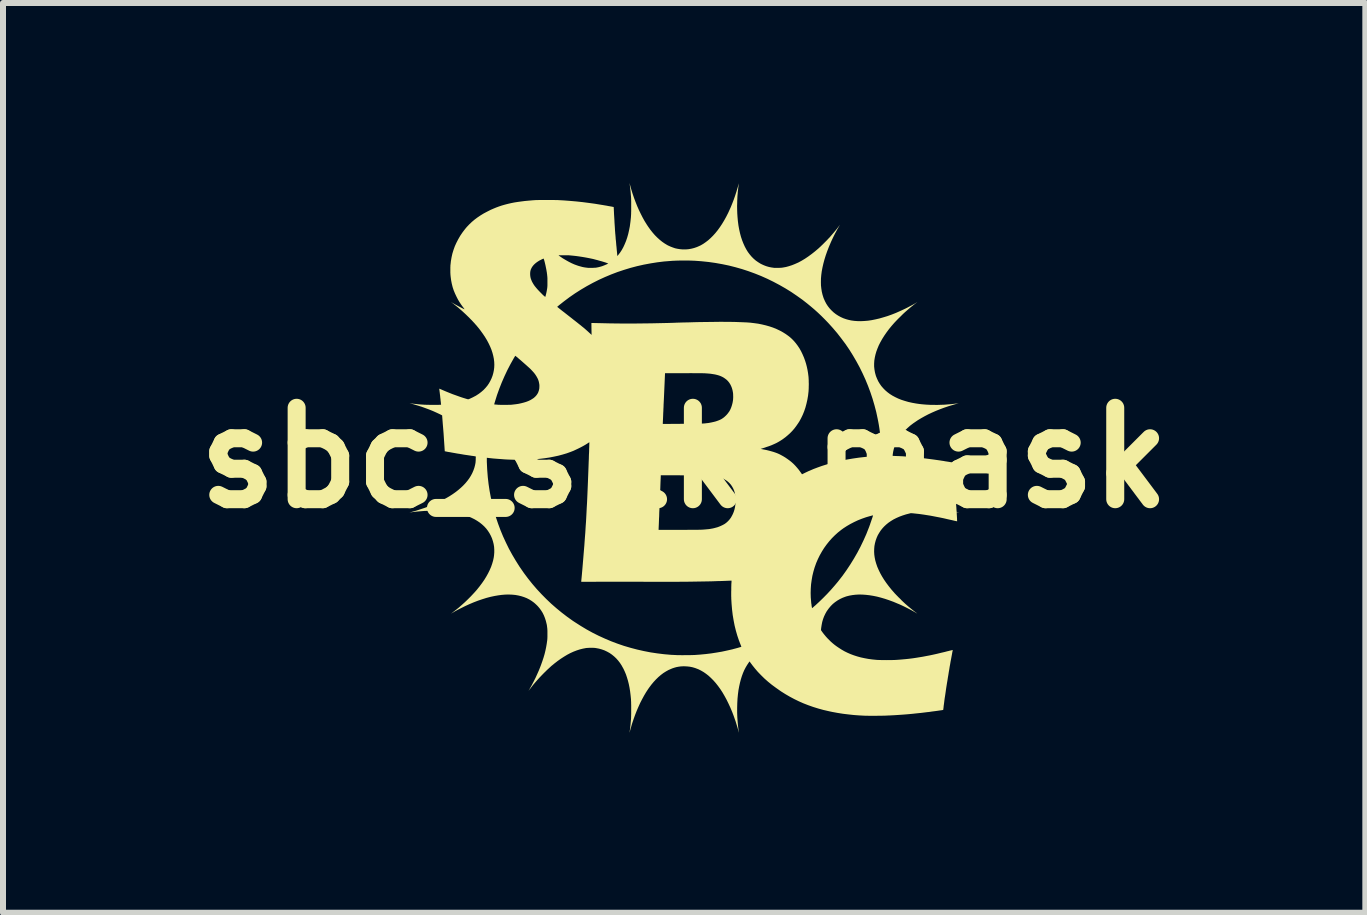
<source format=kicad_pcb>
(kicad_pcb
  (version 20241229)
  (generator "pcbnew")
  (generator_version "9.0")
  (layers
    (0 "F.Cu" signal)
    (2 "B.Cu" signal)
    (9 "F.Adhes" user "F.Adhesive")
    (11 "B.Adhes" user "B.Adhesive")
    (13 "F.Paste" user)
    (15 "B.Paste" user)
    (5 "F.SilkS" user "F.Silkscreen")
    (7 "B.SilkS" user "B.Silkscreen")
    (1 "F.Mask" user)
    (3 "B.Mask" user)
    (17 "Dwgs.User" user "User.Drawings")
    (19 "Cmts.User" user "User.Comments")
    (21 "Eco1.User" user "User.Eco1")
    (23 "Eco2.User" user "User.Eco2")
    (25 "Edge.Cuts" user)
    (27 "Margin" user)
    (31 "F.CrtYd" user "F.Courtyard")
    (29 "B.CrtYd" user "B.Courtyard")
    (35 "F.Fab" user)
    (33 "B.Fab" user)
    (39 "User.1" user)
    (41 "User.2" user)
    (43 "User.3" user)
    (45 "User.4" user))
  (footprint "sbc_silk_mask"
    (layer "F.Cu")
    (at 8.353 4.581)
    (property "Reference" "sbc_silk_mask" (at 0 0 0) (layer "F.SilkS") (effects (font (size 1.524 1.524) (thickness 0.3))))
    (attr board_only exclude_from_pos_files exclude_from_bom)
    (fp_poly (pts (xy -2.594 3.884) (xy -2.595 3.885) (xy -2.596 3.884) (xy -2.595 3.883)) (stroke (width 0) (type solid)) (fill yes) (layer "F.SilkS"))
    (fp_poly (pts (xy -0.91 -4.58) (xy -0.911 -4.579) (xy -0.912 -4.58) (xy -0.911 -4.581)) (stroke (width 0) (type solid)) (fill yes) (layer "F.SilkS"))
    (fp_poly (pts (xy -0.91 4.58) (xy -0.911 4.581) (xy -0.912 4.58) (xy -0.911 4.579)) (stroke (width 0) (type solid)) (fill yes) (layer "F.SilkS"))
    (fp_poly (pts (xy 3.885 -2.595) (xy 3.884 -2.594) (xy 3.883 -2.595) (xy 3.884 -2.596)) (stroke (width 0) (type solid)) (fill yes) (layer "F.SilkS"))
    (fp_poly (pts (xy 3.885 2.595) (xy 3.884 2.596) (xy 3.883 2.595) (xy 3.884 2.594)) (stroke (width 0) (type solid)) (fill yes) (layer "F.SilkS"))
    (fp_poly (pts (xy -4.576 -0.911) (xy -4.576 -0.91) (xy -4.577 -0.91) (xy -4.579 -0.911) (xy -4.579 -0.911) (xy -4.576 -0.911)) (stroke (width 0) (type solid)) (fill yes) (layer "F.SilkS"))
    (fp_poly (pts (xy -4.576 0.911) (xy -4.576 0.912) (xy -4.577 0.912) (xy -4.579 0.911) (xy -4.579 0.911) (xy -4.576 0.91)) (stroke (width 0) (type solid)) (fill yes) (layer "F.SilkS"))
    (fp_poly (pts (xy -0.909 -4.575) (xy -0.908 -4.571) (xy -0.906 -4.564) (xy -0.904 -4.555) (xy -0.903 -4.551) (xy -0.883 -4.479) (xy -0.861 -4.407) (xy -0.837 -4.336) (xy -0.811 -4.266) (xy -0.784 -4.198) (xy -0.755 -4.132) (xy -0.724 -4.068) (xy -0.693 -4.007) (xy -0.661 -3.949) (xy -0.627 -3.894) (xy -0.602 -3.856) (xy -0.565 -3.804) (xy -0.527 -3.756) (xy -0.488 -3.711) (xy -0.448 -3.671) (xy -0.407 -3.634) (xy -0.366 -3.601) (xy -0.324 -3.572) (xy -0.281 -3.546) (xy -0.261 -3.536) (xy -0.223 -3.519) (xy -0.186 -3.505) (xy -0.151 -3.493) (xy -0.114 -3.485) (xy -0.078 -3.479) (xy -0.039 -3.475) (xy -0.017 -3.474) (xy 0.03 -3.474) (xy 0.075 -3.478) (xy 0.12 -3.486) (xy 0.164 -3.497) (xy 0.208 -3.512) (xy 0.23 -3.521) (xy 0.274 -3.541) (xy 0.317 -3.566) (xy 0.359 -3.595) (xy 0.401 -3.627) (xy 0.441 -3.663) (xy 0.481 -3.703) (xy 0.52 -3.746) (xy 0.558 -3.793) (xy 0.595 -3.844) (xy 0.631 -3.898) (xy 0.666 -3.956) (xy 0.7 -4.017) (xy 0.733 -4.082) (xy 0.764 -4.15) (xy 0.778 -4.181) (xy 0.803 -4.243) (xy 0.828 -4.308) (xy 0.851 -4.375) (xy 0.873 -4.443) (xy 0.893 -4.511) (xy 0.903 -4.547) (xy 0.906 -4.557) (xy 0.908 -4.566) (xy 0.91 -4.571) (xy 0.911 -4.574) (xy 0.911 -4.573) (xy 0.906 -4.535) (xy 0.901 -4.5) (xy 0.898 -4.467) (xy 0.894 -4.436) (xy 0.892 -4.406) (xy 0.889 -4.377) (xy 0.887 -4.346) (xy 0.886 -4.315) (xy 0.884 -4.281) (xy 0.884 -4.257) (xy 0.882 -4.197) (xy 0.883 -4.137) (xy 0.885 -4.076) (xy 0.889 -4.016) (xy 0.894 -3.959) (xy 0.896 -3.94) (xy 0.905 -3.871) (xy 0.917 -3.806) (xy 0.931 -3.743) (xy 0.947 -3.683) (xy 0.966 -3.626) (xy 0.987 -3.573) (xy 1.01 -3.522) (xy 1.035 -3.475) (xy 1.062 -3.431) (xy 1.092 -3.391) (xy 1.124 -3.353) (xy 1.158 -3.319) (xy 1.194 -3.288) (xy 1.233 -3.261) (xy 1.273 -3.236) (xy 1.293 -3.226) (xy 1.319 -3.214) (xy 1.343 -3.204) (xy 1.367 -3.195) (xy 1.39 -3.188) (xy 1.415 -3.181) (xy 1.435 -3.177) (xy 1.456 -3.173) (xy 1.477 -3.17) (xy 1.497 -3.167) (xy 1.519 -3.166) (xy 1.543 -3.166) (xy 1.567 -3.166) (xy 1.59 -3.167) (xy 1.61 -3.168) (xy 1.628 -3.169) (xy 1.646 -3.172) (xy 1.664 -3.175) (xy 1.684 -3.179) (xy 1.693 -3.18) (xy 1.744 -3.194) (xy 1.797 -3.211) (xy 1.849 -3.232) (xy 1.903 -3.256) (xy 1.957 -3.285) (xy 2.012 -3.318) (xy 2.067 -3.355) (xy 2.123 -3.396) (xy 2.179 -3.44) (xy 2.237 -3.489) (xy 2.251 -3.502) (xy 2.262 -3.512) (xy 2.276 -3.525) (xy 2.291 -3.54) (xy 2.308 -3.556) (xy 2.325 -3.573) (xy 2.343 -3.591) (xy 2.361 -3.609) (xy 2.378 -3.626) (xy 2.393 -3.642) (xy 2.407 -3.657) (xy 2.419 -3.669) (xy 2.423 -3.673) (xy 2.448 -3.702) (xy 2.473 -3.731) (xy 2.498 -3.76) (xy 2.522 -3.789) (xy 2.545 -3.817) (xy 2.565 -3.843) (xy 2.576 -3.858) (xy 2.583 -3.867) (xy 2.588 -3.874) (xy 2.592 -3.88) (xy 2.595 -3.883) (xy 2.595 -3.883) (xy 2.595 -3.884) (xy 2.595 -3.883) (xy 2.594 -3.881) (xy 2.592 -3.878) (xy 2.589 -3.872) (xy 2.585 -3.865) (xy 2.579 -3.855) (xy 2.571 -3.842) (xy 2.57 -3.838) (xy 2.552 -3.808) (xy 2.534 -3.774) (xy 2.515 -3.739) (xy 2.496 -3.702) (xy 2.478 -3.665) (xy 2.461 -3.629) (xy 2.445 -3.594) (xy 2.443 -3.589) (xy 2.412 -3.516) (xy 2.384 -3.444) (xy 2.359 -3.373) (xy 2.338 -3.305) (xy 2.32 -3.238) (xy 2.305 -3.172) (xy 2.293 -3.109) (xy 2.285 -3.047) (xy 2.28 -2.988) (xy 2.279 -2.93) (xy 2.28 -2.874) (xy 2.286 -2.82) (xy 2.294 -2.769) (xy 2.306 -2.719) (xy 2.321 -2.671) (xy 2.327 -2.655) (xy 2.347 -2.61) (xy 2.369 -2.568) (xy 2.395 -2.528) (xy 2.424 -2.491) (xy 2.456 -2.457) (xy 2.49 -2.425) (xy 2.527 -2.396) (xy 2.567 -2.37) (xy 2.609 -2.347) (xy 2.653 -2.327) (xy 2.699 -2.311) (xy 2.735 -2.301) (xy 2.784 -2.29) (xy 2.836 -2.283) (xy 2.89 -2.279) (xy 2.946 -2.278) (xy 3.004 -2.281) (xy 3.064 -2.286) (xy 3.125 -2.295) (xy 3.189 -2.308) (xy 3.254 -2.323) (xy 3.32 -2.342) (xy 3.389 -2.363) (xy 3.459 -2.388) (xy 3.53 -2.416) (xy 3.602 -2.448) (xy 3.624 -2.458) (xy 3.654 -2.472) (xy 3.686 -2.487) (xy 3.718 -2.503) (xy 3.75 -2.52) (xy 3.782 -2.537) (xy 3.812 -2.553) (xy 3.841 -2.569) (xy 3.866 -2.585) (xy 3.877 -2.591) (xy 3.881 -2.593) (xy 3.881 -2.593) (xy 3.878 -2.59) (xy 3.871 -2.585) (xy 3.862 -2.578) (xy 3.852 -2.571) (xy 3.814 -2.541) (xy 3.774 -2.509) (xy 3.733 -2.474) (xy 3.691 -2.437) (xy 3.68 -2.428) (xy 3.667 -2.415) (xy 3.651 -2.401) (xy 3.634 -2.384) (xy 3.616 -2.366) (xy 3.597 -2.347) (xy 3.578 -2.329) (xy 3.559 -2.31) (xy 3.542 -2.292) (xy 3.526 -2.276) (xy 3.513 -2.261) (xy 3.508 -2.257) (xy 3.459 -2.201) (xy 3.414 -2.146) (xy 3.373 -2.091) (xy 3.335 -2.036) (xy 3.301 -1.982) (xy 3.271 -1.929) (xy 3.244 -1.876) (xy 3.222 -1.823) (xy 3.203 -1.772) (xy 3.188 -1.72) (xy 3.177 -1.67) (xy 3.169 -1.62) (xy 3.166 -1.571) (xy 3.166 -1.523) (xy 3.171 -1.476) (xy 3.179 -1.429) (xy 3.183 -1.412) (xy 3.196 -1.365) (xy 3.214 -1.32) (xy 3.234 -1.277) (xy 3.258 -1.237) (xy 3.285 -1.198) (xy 3.316 -1.162) (xy 3.35 -1.127) (xy 3.387 -1.095) (xy 3.427 -1.065) (xy 3.471 -1.037) (xy 3.518 -1.012) (xy 3.568 -0.988) (xy 3.621 -0.967) (xy 3.677 -0.949) (xy 3.736 -0.932) (xy 3.798 -0.918) (xy 3.864 -0.906) (xy 3.891 -0.902) (xy 3.927 -0.897) (xy 3.963 -0.893) (xy 3.998 -0.89) (xy 4.034 -0.887) (xy 4.071 -0.885) (xy 4.111 -0.883) (xy 4.153 -0.883) (xy 4.214 -0.882) (xy 4.276 -0.884) (xy 4.338 -0.886) (xy 4.4 -0.891) (xy 4.461 -0.896) (xy 4.519 -0.903) (xy 4.575 -0.91) (xy 4.577 -0.911) (xy 4.578 -0.911) (xy 4.575 -0.91) (xy 4.569 -0.908) (xy 4.561 -0.906) (xy 4.553 -0.904) (xy 4.48 -0.883) (xy 4.407 -0.861) (xy 4.336 -0.837) (xy 4.266 -0.811) (xy 4.198 -0.784) (xy 4.132 -0.755) (xy 4.068 -0.725) (xy 4.007 -0.693) (xy 3.95 -0.661) (xy 3.895 -0.628) (xy 3.87 -0.611) (xy 3.816 -0.574) (xy 3.766 -0.536) (xy 3.721 -0.496) (xy 3.679 -0.456) (xy 3.641 -0.416) (xy 3.607 -0.374) (xy 3.577 -0.331) (xy 3.55 -0.288) (xy 3.528 -0.244) (xy 3.509 -0.199) (xy 3.495 -0.153) (xy 3.484 -0.106) (xy 3.479 -0.073) (xy 3.477 -0.063) (xy 3.476 -0.053) (xy 3.476 -0.045) (xy 3.475 -0.041) (xy 3.475 -0.033) (xy 3.521 -0.031) (xy 3.58 -0.029) (xy 3.643 -0.026) (xy 3.709 -0.021) (xy 3.777 -0.015) (xy 3.848 -0.009) (xy 3.922 -0.001) (xy 3.996 0.007) (xy 4.073 0.017) (xy 4.15 0.027) (xy 4.228 0.038) (xy 4.263 0.043) (xy 4.277 0.045) (xy 4.293 0.048) (xy 4.31 0.05) (xy 4.329 0.053) (xy 4.348 0.057) (xy 4.368 0.06) (xy 4.388 0.063) (xy 4.408 0.066) (xy 4.426 0.069) (xy 4.444 0.072) (xy 4.46 0.075) (xy 4.475 0.077) (xy 4.486 0.079) (xy 4.496 0.081) (xy 4.502 0.082) (xy 4.504 0.083) (xy 4.504 0.083) (xy 4.505 0.085) (xy 4.505 0.09) (xy 4.505 0.099) (xy 4.505 0.111) (xy 4.506 0.126) (xy 4.506 0.143) (xy 4.507 0.163) (xy 4.507 0.184) (xy 4.508 0.206) (xy 4.508 0.224) (xy 4.509 0.263) (xy 4.51 0.298) (xy 4.511 0.331) (xy 4.512 0.362) (xy 4.513 0.392) (xy 4.514 0.422) (xy 4.515 0.452) (xy 4.517 0.483) (xy 4.518 0.517) (xy 4.52 0.552) (xy 4.521 0.572) (xy 4.523 0.597) (xy 4.524 0.623) (xy 4.526 0.649) (xy 4.527 0.676) (xy 4.529 0.702) (xy 4.53 0.728) (xy 4.532 0.754) (xy 4.533 0.778) (xy 4.534 0.8) (xy 4.536 0.821) (xy 4.537 0.84) (xy 4.538 0.857) (xy 4.539 0.87) (xy 4.54 0.881) (xy 4.54 0.888) (xy 4.541 0.892) (xy 4.542 0.901) (xy 4.563 0.906) (xy 4.573 0.909) (xy 4.579 0.91) (xy 4.582 0.911) (xy 4.58 0.911) (xy 4.574 0.911) (xy 4.565 0.909) (xy 4.562 0.909) (xy 4.554 0.908) (xy 4.547 0.907) (xy 4.543 0.906) (xy 4.542 0.906) (xy 4.542 0.909) (xy 4.542 0.914) (xy 4.543 0.923) (xy 4.543 0.934) (xy 4.544 0.948) (xy 4.545 0.963) (xy 4.546 0.98) (xy 4.546 0.982) (xy 4.547 0.999) (xy 4.548 1.014) (xy 4.548 1.028) (xy 4.549 1.04) (xy 4.549 1.049) (xy 4.549 1.055) (xy 4.549 1.057) (xy 4.549 1.057) (xy 4.547 1.057) (xy 4.541 1.056) (xy 4.532 1.054) (xy 4.521 1.052) (xy 4.507 1.049) (xy 4.491 1.045) (xy 4.474 1.041) (xy 4.461 1.038) (xy 4.393 1.023) (xy 4.329 1.008) (xy 4.267 0.995) (xy 4.209 0.984) (xy 4.153 0.973) (xy 4.1 0.963) (xy 4.048 0.955) (xy 3.998 0.947) (xy 3.95 0.94) (xy 3.903 0.934) (xy 3.856 0.929) (xy 3.81 0.924) (xy 3.806 0.924) (xy 3.795 0.923) (xy 3.787 0.922) (xy 3.781 0.922) (xy 3.774 0.923) (xy 3.767 0.924) (xy 3.758 0.927) (xy 3.757 0.927) (xy 3.698 0.942) (xy 3.642 0.96) (xy 3.588 0.98) (xy 3.538 1.002) (xy 3.49 1.026) (xy 3.446 1.053) (xy 3.405 1.081) (xy 3.367 1.112) (xy 3.333 1.144) (xy 3.308 1.171) (xy 3.277 1.209) (xy 3.251 1.249) (xy 3.227 1.29) (xy 3.208 1.333) (xy 3.192 1.378) (xy 3.18 1.423) (xy 3.171 1.47) (xy 3.167 1.518) (xy 3.166 1.566) (xy 3.169 1.615) (xy 3.175 1.658) (xy 3.185 1.709) (xy 3.2 1.761) (xy 3.218 1.814) (xy 3.241 1.867) (xy 3.267 1.921) (xy 3.297 1.975) (xy 3.331 2.03) (xy 3.369 2.085) (xy 3.411 2.141) (xy 3.456 2.197) (xy 3.506 2.254) (xy 3.508 2.257) (xy 3.521 2.27) (xy 3.536 2.286) (xy 3.553 2.303) (xy 3.571 2.322) (xy 3.59 2.34) (xy 3.609 2.359) (xy 3.627 2.378) (xy 3.645 2.395) (xy 3.661 2.41) (xy 3.676 2.424) (xy 3.68 2.428) (xy 3.734 2.475) (xy 3.786 2.518) (xy 3.836 2.558) (xy 3.852 2.57) (xy 3.864 2.579) (xy 3.873 2.586) (xy 3.878 2.59) (xy 3.881 2.593) (xy 3.88 2.593) (xy 3.877 2.591) (xy 3.871 2.588) (xy 3.862 2.582) (xy 3.86 2.581) (xy 3.826 2.561) (xy 3.79 2.541) (xy 3.75 2.52) (xy 3.709 2.499) (xy 3.667 2.478) (xy 3.625 2.458) (xy 3.583 2.439) (xy 3.558 2.429) (xy 3.487 2.399) (xy 3.416 2.373) (xy 3.348 2.35) (xy 3.28 2.33) (xy 3.215 2.313) (xy 3.151 2.3) (xy 3.089 2.29) (xy 3.028 2.283) (xy 2.97 2.279) (xy 2.913 2.278) (xy 2.858 2.281) (xy 2.806 2.287) (xy 2.755 2.296) (xy 2.707 2.308) (xy 2.686 2.315) (xy 2.639 2.333) (xy 2.595 2.354) (xy 2.554 2.378) (xy 2.515 2.405) (xy 2.478 2.435) (xy 2.444 2.469) (xy 2.413 2.506) (xy 2.403 2.519) (xy 2.376 2.557) (xy 2.353 2.598) (xy 2.332 2.642) (xy 2.315 2.687) (xy 2.301 2.735) (xy 2.291 2.786) (xy 2.283 2.838) (xy 2.282 2.851) (xy 2.28 2.871) (xy 2.293 2.89) (xy 2.313 2.918) (xy 2.336 2.947) (xy 2.361 2.977) (xy 2.388 3.007) (xy 2.414 3.033) (xy 2.445 3.064) (xy 2.477 3.092) (xy 2.509 3.118) (xy 2.543 3.143) (xy 2.574 3.164) (xy 2.622 3.195) (xy 2.672 3.224) (xy 2.723 3.249) (xy 2.776 3.272) (xy 2.83 3.292) (xy 2.886 3.31) (xy 2.944 3.326) (xy 3.005 3.339) (xy 3.069 3.351) (xy 3.135 3.36) (xy 3.205 3.367) (xy 3.22 3.368) (xy 3.231 3.368) (xy 3.245 3.369) (xy 3.263 3.369) (xy 3.282 3.37) (xy 3.304 3.37) (xy 3.327 3.37) (xy 3.351 3.37) (xy 3.376 3.371) (xy 3.401 3.37) (xy 3.425 3.37) (xy 3.448 3.37) (xy 3.47 3.37) (xy 3.489 3.369) (xy 3.506 3.369) (xy 3.521 3.368) (xy 3.527 3.368) (xy 3.586 3.364) (xy 3.643 3.359) (xy 3.699 3.354) (xy 3.754 3.348) (xy 3.809 3.341) (xy 3.863 3.333) (xy 3.918 3.324) (xy 3.974 3.315) (xy 4.031 3.304) (xy 4.09 3.293) (xy 4.151 3.28) (xy 4.214 3.266) (xy 4.279 3.25) (xy 4.348 3.234) (xy 4.385 3.224) (xy 4.404 3.22) (xy 4.421 3.215) (xy 4.436 3.212) (xy 4.45 3.208) (xy 4.461 3.206) (xy 4.469 3.204) (xy 4.475 3.202) (xy 4.476 3.202) (xy 4.476 3.204) (xy 4.475 3.209) (xy 4.474 3.218) (xy 4.472 3.228) (xy 4.469 3.24) (xy 4.468 3.247) (xy 4.462 3.281) (xy 4.455 3.318) (xy 4.448 3.356) (xy 4.44 3.397) (xy 4.433 3.439) (xy 4.425 3.482) (xy 4.418 3.527) (xy 4.41 3.572) (xy 4.403 3.618) (xy 4.395 3.664) (xy 4.388 3.71) (xy 4.38 3.756) (xy 4.373 3.801) (xy 4.366 3.845) (xy 4.36 3.888) (xy 4.354 3.93) (xy 4.348 3.97) (xy 4.342 4.008) (xy 4.337 4.044) (xy 4.333 4.078) (xy 4.329 4.108) (xy 4.325 4.136) (xy 4.323 4.16) (xy 4.32 4.181) (xy 4.32 4.184) (xy 4.319 4.191) (xy 4.318 4.197) (xy 4.317 4.201) (xy 4.317 4.201) (xy 4.314 4.202) (xy 4.308 4.203) (xy 4.298 4.205) (xy 4.286 4.207) (xy 4.271 4.209) (xy 4.254 4.211) (xy 4.235 4.214) (xy 4.214 4.217) (xy 4.192 4.22) (xy 4.169 4.223) (xy 4.145 4.226) (xy 4.122 4.229) (xy 4.098 4.233) (xy 4.075 4.236) (xy 4.053 4.238) (xy 4.037 4.24) (xy 3.957 4.25) (xy 3.879 4.258) (xy 3.804 4.266) (xy 3.73 4.273) (xy 3.656 4.279) (xy 3.583 4.284) (xy 3.508 4.289) (xy 3.431 4.293) (xy 3.38 4.295) (xy 3.364 4.296) (xy 3.343 4.297) (xy 3.32 4.297) (xy 3.295 4.298) (xy 3.268 4.298) (xy 3.24 4.298) (xy 3.211 4.299) (xy 3.182 4.299) (xy 3.153 4.299) (xy 3.126 4.299) (xy 3.099 4.299) (xy 3.075 4.299) (xy 3.053 4.298) (xy 3.033 4.298) (xy 3.018 4.298) (xy 3.018 4.298) (xy 2.92 4.293) (xy 2.826 4.286) (xy 2.734 4.276) (xy 2.644 4.265) (xy 2.556 4.251) (xy 2.469 4.235) (xy 2.413 4.223) (xy 2.322 4.202) (xy 2.235 4.178) (xy 2.151 4.152) (xy 2.069 4.123) (xy 1.989 4.092) (xy 1.912 4.058) (xy 1.836 4.021) (xy 1.761 3.981) (xy 1.687 3.938) (xy 1.614 3.892) (xy 1.601 3.883) (xy 1.53 3.833) (xy 1.462 3.783) (xy 1.398 3.731) (xy 1.338 3.678) (xy 1.282 3.623) (xy 1.228 3.567) (xy 1.179 3.51) (xy 1.132 3.451) (xy 1.131 3.449) (xy 1.123 3.438) (xy 1.115 3.428) (xy 1.108 3.418) (xy 1.102 3.41) (xy 1.098 3.405) (xy 1.098 3.404) (xy 1.09 3.393) (xy 1.076 3.412) (xy 1.05 3.451) (xy 1.025 3.493) (xy 1.001 3.539) (xy 0.98 3.588) (xy 0.961 3.64) (xy 0.944 3.695) (xy 0.929 3.753) (xy 0.916 3.813) (xy 0.905 3.873) (xy 0.896 3.943) (xy 0.889 4.016) (xy 0.885 4.091) (xy 0.883 4.168) (xy 0.883 4.246) (xy 0.886 4.326) (xy 0.892 4.407) (xy 0.896 4.452) (xy 0.897 4.466) (xy 0.899 4.481) (xy 0.901 4.497) (xy 0.903 4.513) (xy 0.905 4.529) (xy 0.907 4.544) (xy 0.909 4.557) (xy 0.91 4.567) (xy 0.911 4.573) (xy 0.912 4.578) (xy 0.912 4.58) (xy 0.911 4.578) (xy 0.91 4.574) (xy 0.908 4.567) (xy 0.906 4.56) (xy 0.899 4.531) (xy 0.89 4.5) (xy 0.88 4.466) (xy 0.869 4.431) (xy 0.858 4.394) (xy 0.845 4.357) (xy 0.832 4.32) (xy 0.819 4.284) (xy 0.806 4.25) (xy 0.799 4.232) (xy 0.769 4.161) (xy 0.737 4.092) (xy 0.705 4.027) (xy 0.671 3.965) (xy 0.637 3.907) (xy 0.601 3.852) (xy 0.564 3.801) (xy 0.526 3.753) (xy 0.487 3.709) (xy 0.447 3.669) (xy 0.407 3.632) (xy 0.365 3.599) (xy 0.323 3.57) (xy 0.28 3.545) (xy 0.236 3.523) (xy 0.228 3.52) (xy 0.183 3.503) (xy 0.139 3.49) (xy 0.094 3.481) (xy 0.048 3.476) (xy 0.001 3.474) (xy -0.017 3.474) (xy -0.056 3.476) (xy -0.094 3.481) (xy -0.13 3.488) (xy -0.166 3.498) (xy -0.201 3.51) (xy -0.238 3.526) (xy -0.261 3.536) (xy -0.304 3.56) (xy -0.347 3.587) (xy -0.389 3.619) (xy -0.43 3.654) (xy -0.47 3.693) (xy -0.509 3.735) (xy -0.548 3.782) (xy -0.586 3.833) (xy -0.602 3.856) (xy -0.636 3.908) (xy -0.669 3.964) (xy -0.701 4.023) (xy -0.733 4.085) (xy -0.762 4.149) (xy -0.791 4.216) (xy -0.818 4.285) (xy -0.843 4.355) (xy -0.867 4.426) (xy -0.888 4.498) (xy -0.903 4.551) (xy -0.905 4.561) (xy -0.907 4.568) (xy -0.909 4.574) (xy -0.91 4.576) (xy -0.91 4.576) (xy -0.91 4.573) (xy -0.909 4.567) (xy -0.908 4.559) (xy -0.906 4.549) (xy -0.906 4.547) (xy -0.902 4.517) (xy -0.898 4.484) (xy -0.894 4.449) (xy -0.891 4.41) (xy -0.887 4.367) (xy -0.885 4.342) (xy -0.885 4.329) (xy -0.884 4.312) (xy -0.884 4.293) (xy -0.883 4.271) (xy -0.883 4.247) (xy -0.883 4.222) (xy -0.883 4.197) (xy -0.883 4.17) (xy -0.883 4.145) (xy -0.883 4.12) (xy -0.884 4.096) (xy -0.884 4.074) (xy -0.885 4.055) (xy -0.886 4.039) (xy -0.886 4.026) (xy -0.886 4.025) (xy -0.893 3.956) (xy -0.901 3.891) (xy -0.911 3.829) (xy -0.923 3.77) (xy -0.937 3.714) (xy -0.953 3.661) (xy -0.97 3.61) (xy -0.99 3.562) (xy -1.011 3.517) (xy -1.035 3.474) (xy -1.042 3.461) (xy -1.07 3.418) (xy -1.1 3.379) (xy -1.133 3.342) (xy -1.168 3.309) (xy -1.205 3.279) (xy -1.244 3.252) (xy -1.286 3.229) (xy -1.328 3.209) (xy -1.373 3.193) (xy -1.419 3.18) (xy -1.467 3.171) (xy -1.487 3.168) (xy -1.501 3.167) (xy -1.517 3.166) (xy -1.536 3.166) (xy -1.556 3.166) (xy -1.576 3.166) (xy -1.595 3.167) (xy -1.613 3.168) (xy -1.628 3.169) (xy -1.636 3.17) (xy -1.688 3.18) (xy -1.74 3.193) (xy -1.792 3.21) (xy -1.844 3.23) (xy -1.897 3.254) (xy -1.95 3.282) (xy -2.003 3.314) (xy -2.057 3.349) (xy -2.109 3.386) (xy -2.136 3.407) (xy -2.162 3.427) (xy -2.186 3.447) (xy -2.211 3.467) (xy -2.235 3.489) (xy -2.26 3.512) (xy -2.286 3.536) (xy -2.313 3.563) (xy -2.335 3.584) (xy -2.376 3.626) (xy -2.414 3.666) (xy -2.45 3.706) (xy -2.484 3.745) (xy -2.517 3.784) (xy -2.548 3.824) (xy -2.574 3.858) (xy -2.581 3.866) (xy -2.586 3.873) (xy -2.59 3.878) (xy -2.592 3.881) (xy -2.593 3.881) (xy -2.592 3.88) (xy -2.589 3.875) (xy -2.585 3.868) (xy -2.58 3.86) (xy -2.575 3.85) (xy -2.542 3.792) (xy -2.51 3.731) (xy -2.478 3.668) (xy -2.449 3.604) (xy -2.421 3.541) (xy -2.396 3.478) (xy -2.386 3.452) (xy -2.364 3.39) (xy -2.344 3.33) (xy -2.327 3.272) (xy -2.313 3.215) (xy -2.301 3.158) (xy -2.291 3.101) (xy -2.283 3.044) (xy -2.282 3.036) (xy -2.281 3.025) (xy -2.28 3.014) (xy -2.28 3.002) (xy -2.279 2.988) (xy -2.279 2.972) (xy -2.279 2.953) (xy -2.279 2.932) (xy -2.279 2.906) (xy -2.279 2.884) (xy -2.28 2.864) (xy -2.281 2.847) (xy -2.283 2.83) (xy -2.285 2.814) (xy -2.287 2.797) (xy -2.29 2.779) (xy -2.293 2.767) (xy -2.305 2.718) (xy -2.32 2.671) (xy -2.338 2.626) (xy -2.359 2.583) (xy -2.384 2.543) (xy -2.411 2.506) (xy -2.423 2.492) (xy -2.433 2.48) (xy -2.446 2.466) (xy -2.46 2.452) (xy -2.474 2.439) (xy -2.488 2.426) (xy -2.5 2.416) (xy -2.502 2.414) (xy -2.54 2.386) (xy -2.58 2.361) (xy -2.623 2.339) (xy -2.668 2.321) (xy -2.715 2.306) (xy -2.764 2.294) (xy -2.815 2.285) (xy -2.869 2.28) (xy -2.924 2.278) (xy -2.981 2.279) (xy -3.041 2.284) (xy -3.094 2.291) (xy -3.159 2.302) (xy -3.225 2.316) (xy -3.294 2.334) (xy -3.364 2.356) (xy -3.435 2.38) (xy -3.508 2.408) (xy -3.581 2.439) (xy -3.655 2.473) (xy -3.707 2.499) (xy -3.735 2.513) (xy -3.763 2.527) (xy -3.79 2.542) (xy -3.816 2.556) (xy -3.84 2.57) (xy -3.862 2.583) (xy -3.879 2.593) (xy -3.882 2.595) (xy -3.883 2.595) (xy -3.882 2.594) (xy -3.878 2.591) (xy -3.872 2.586) (xy -3.862 2.579) (xy -3.852 2.571) (xy -3.803 2.533) (xy -3.752 2.492) (xy -3.702 2.448) (xy -3.652 2.403) (xy -3.604 2.357) (xy -3.557 2.31) (xy -3.513 2.263) (xy -3.471 2.217) (xy -3.453 2.196) (xy -3.409 2.141) (xy -3.368 2.086) (xy -3.33 2.031) (xy -3.297 1.977) (xy -3.267 1.923) (xy -3.241 1.87) (xy -3.218 1.817) (xy -3.2 1.765) (xy -3.185 1.714) (xy -3.174 1.663) (xy -3.169 1.627) (xy -3.165 1.578) (xy -3.165 1.529) (xy -3.168 1.481) (xy -3.176 1.434) (xy -3.188 1.388) (xy -3.203 1.342) (xy -3.222 1.299) (xy -3.245 1.256) (xy -3.271 1.216) (xy -3.3 1.178) (xy -3.333 1.142) (xy -3.369 1.109) (xy -3.408 1.078) (xy -3.451 1.049) (xy -3.497 1.022) (xy -3.546 0.998) (xy -3.598 0.975) (xy -3.654 0.956) (xy -3.713 0.938) (xy -3.728 0.934) (xy -3.776 0.922) (xy -3.825 0.912) (xy -3.877 0.904) (xy -3.931 0.897) (xy -3.988 0.89) (xy -4.048 0.885) (xy -4.06 0.885) (xy -4.075 0.884) (xy -4.093 0.884) (xy -4.114 0.883) (xy -4.136 0.883) (xy -4.159 0.883) (xy -4.184 0.883) (xy -4.208 0.883) (xy -4.232 0.883) (xy -4.255 0.883) (xy -4.276 0.884) (xy -4.296 0.884) (xy -4.313 0.885) (xy -4.327 0.885) (xy -4.33 0.885) (xy -4.367 0.888) (xy -4.402 0.891) (xy -4.437 0.894) (xy -4.47 0.897) (xy -4.5 0.901) (xy -4.528 0.904) (xy -4.541 0.906) (xy -4.551 0.907) (xy -4.56 0.909) (xy -4.567 0.909) (xy -4.571 0.91) (xy -4.571 0.91) (xy -4.57 0.909) (xy -4.566 0.908) (xy -4.559 0.906) (xy -4.55 0.903) (xy -4.54 0.901) (xy -4.468 0.881) (xy -4.395 0.857) (xy -4.32 0.832) (xy -4.246 0.804) (xy -4.173 0.774) (xy -4.147 0.763) (xy -4.133 0.756) (xy -4.116 0.748) (xy -4.097 0.739) (xy -4.077 0.729) (xy -4.056 0.719) (xy -4.035 0.708) (xy -4.015 0.698) (xy -3.997 0.688) (xy -3.981 0.68) (xy -3.967 0.672) (xy -3.967 0.672) (xy -3.912 0.64) (xy -3.861 0.607) (xy -3.814 0.574) (xy -3.77 0.54) (xy -3.729 0.505) (xy -3.69 0.469) (xy -3.684 0.463) (xy -3.646 0.423) (xy -3.612 0.382) (xy -3.581 0.34) (xy -3.555 0.298) (xy -3.532 0.255) (xy -3.513 0.211) (xy -3.497 0.166) (xy -3.485 0.12) (xy -3.478 0.084) (xy -3.477 0.075) (xy -3.476 0.063) (xy -3.475 0.048) (xy -3.474 0.033) (xy -3.474 0.02) (xy -3.474 0.005) (xy -3.473 -0.001) (xy -3.289 -0.001) (xy -3.289 0.021) (xy -3.289 0.034) (xy -3.289 0.05) (xy -3.289 0.069) (xy -3.288 0.089) (xy -3.287 0.111) (xy -3.286 0.133) (xy -3.285 0.155) (xy -3.284 0.176) (xy -3.283 0.195) (xy -3.282 0.209) (xy -3.273 0.323) (xy -3.26 0.437) (xy -3.243 0.55) (xy -3.222 0.662) (xy -3.197 0.773) (xy -3.169 0.883) (xy -3.137 0.992) (xy -3.101 1.099) (xy -3.061 1.206) (xy -3.018 1.31) (xy -2.97 1.414) (xy -2.92 1.516) (xy -2.865 1.616) (xy -2.807 1.714) (xy -2.746 1.811) (xy -2.735 1.827) (xy -2.67 1.921) (xy -2.602 2.012) (xy -2.53 2.102) (xy -2.456 2.188) (xy -2.378 2.272) (xy -2.298 2.353) (xy -2.215 2.432) (xy -2.129 2.507) (xy -2.04 2.58) (xy -1.95 2.649) (xy -1.856 2.716) (xy -1.821 2.739) (xy -1.724 2.801) (xy -1.626 2.86) (xy -1.526 2.915) (xy -1.424 2.966) (xy -1.321 3.013) (xy -1.217 3.057) (xy -1.111 3.097) (xy -1.003 3.134) (xy -0.894 3.166) (xy -0.784 3.195) (xy -0.673 3.22) (xy -0.561 3.242) (xy -0.447 3.259) (xy -0.333 3.273) (xy -0.218 3.283) (xy -0.131 3.287) (xy -0.119 3.288) (xy -0.104 3.288) (xy -0.085 3.288) (xy -0.065 3.288) (xy -0.042 3.289) (xy -0.018 3.289) (xy 0.006 3.288) (xy 0.031 3.288) (xy 0.056 3.288) (xy 0.079 3.288) (xy 0.102 3.288) (xy 0.123 3.287) (xy 0.141 3.287) (xy 0.157 3.286) (xy 0.169 3.286) (xy 0.172 3.286) (xy 0.268 3.279) (xy 0.361 3.27) (xy 0.452 3.259) (xy 0.541 3.245) (xy 0.629 3.23) (xy 0.717 3.211) (xy 0.801 3.192) (xy 0.816 3.188) (xy 0.833 3.183) (xy 0.85 3.179) (xy 0.867 3.174) (xy 0.884 3.17) (xy 0.9 3.165) (xy 0.914 3.161) (xy 0.927 3.157) (xy 0.938 3.154) (xy 0.946 3.152) (xy 0.951 3.15) (xy 0.952 3.15) (xy 0.952 3.148) (xy 0.952 3.145) (xy 0.95 3.139) (xy 0.947 3.131) (xy 0.943 3.121) (xy 0.913 3.044) (xy 0.886 2.964) (xy 0.862 2.881) (xy 0.841 2.796) (xy 0.824 2.709) (xy 0.809 2.619) (xy 0.798 2.527) (xy 0.79 2.432) (xy 0.786 2.363) (xy 0.785 2.346) (xy 0.785 2.327) (xy 0.784 2.305) (xy 0.784 2.281) (xy 0.784 2.256) (xy 0.784 2.253) (xy 2.108 2.253) (xy 2.11 2.326) (xy 2.116 2.398) (xy 2.117 2.411) (xy 2.118 2.421) (xy 2.12 2.433) (xy 2.122 2.446) (xy 2.123 2.459) (xy 2.125 2.472) (xy 2.127 2.483) (xy 2.129 2.493) (xy 2.13 2.5) (xy 2.131 2.502) (xy 2.131 2.503) (xy 2.132 2.504) (xy 2.134 2.503) (xy 2.136 2.502) (xy 2.14 2.499) (xy 2.146 2.494) (xy 2.153 2.488) (xy 2.163 2.479) (xy 2.175 2.468) (xy 2.183 2.462) (xy 2.25 2.4) (xy 2.317 2.335) (xy 2.383 2.268) (xy 2.447 2.199) (xy 2.508 2.129) (xy 2.566 2.06) (xy 2.568 2.057) (xy 2.639 1.966) (xy 2.706 1.872) (xy 2.769 1.777) (xy 2.829 1.68) (xy 2.886 1.581) (xy 2.939 1.48) (xy 2.989 1.376) (xy 3.036 1.271) (xy 3.078 1.164) (xy 3.083 1.152) (xy 3.087 1.14) (xy 3.092 1.126) (xy 3.098 1.111) (xy 3.103 1.094) (xy 3.109 1.077) (xy 3.115 1.06) (xy 3.121 1.042) (xy 3.127 1.025) (xy 3.132 1.01) (xy 3.137 0.995) (xy 3.141 0.983) (xy 3.144 0.973) (xy 3.146 0.965) (xy 3.147 0.961) (xy 3.148 0.961) (xy 3.148 0.96) (xy 3.147 0.959) (xy 3.147 0.959) (xy 3.145 0.959) (xy 3.141 0.959) (xy 3.135 0.961) (xy 3.127 0.963) (xy 3.116 0.966) (xy 3.102 0.97) (xy 3.1 0.97) (xy 3.031 0.99) (xy 2.963 1.014) (xy 2.897 1.04) (xy 2.833 1.07) (xy 2.771 1.102) (xy 2.711 1.137) (xy 2.654 1.174) (xy 2.617 1.201) (xy 2.563 1.244) (xy 2.511 1.291) (xy 2.462 1.34) (xy 2.416 1.392) (xy 2.373 1.446) (xy 2.332 1.503) (xy 2.295 1.562) (xy 2.26 1.624) (xy 2.229 1.687) (xy 2.201 1.752) (xy 2.177 1.819) (xy 2.174 1.828) (xy 2.154 1.896) (xy 2.137 1.966) (xy 2.125 2.036) (xy 2.115 2.108) (xy 2.11 2.18) (xy 2.108 2.253) (xy 0.784 2.253) (xy 0.784 2.231) (xy 0.785 2.205) (xy 0.785 2.18) (xy 0.785 2.155) (xy 0.786 2.133) (xy 0.786 2.113) (xy 0.787 2.095) (xy 0.788 2.082) (xy 0.789 2.071) (xy 0.789 2.061) (xy 0.79 2.053) (xy 0.79 2.048) (xy 0.789 2.047) (xy 0.787 2.047) (xy 0.782 2.047) (xy 0.773 2.047) (xy 0.762 2.047) (xy 0.748 2.048) (xy 0.733 2.048) (xy 0.72 2.049) (xy 0.668 2.051) (xy 0.615 2.053) (xy 0.561 2.054) (xy 0.507 2.056) (xy 0.451 2.058) (xy 0.394 2.059) (xy 0.336 2.06) (xy 0.276 2.061) (xy 0.214 2.062) (xy 0.15 2.063) (xy 0.083 2.064) (xy 0.015 2.065) (xy -0.056 2.065) (xy -0.13 2.066) (xy -0.207 2.066) (xy -0.286 2.066) (xy -0.369 2.066) (xy -0.456 2.066) (xy -0.545 2.066) (xy -0.639 2.066) (xy -0.694 2.065) (xy -0.744 2.065) (xy -0.796 2.065) (xy -0.849 2.065) (xy -0.902 2.065) (xy -0.956 2.065) (xy -1.009 2.065) (xy -1.062 2.065) (xy -1.114 2.065) (xy -1.165 2.065) (xy -1.214 2.065) (xy -1.261 2.065) (xy -1.305 2.065) (xy -1.347 2.065) (xy -1.385 2.065) (xy -1.42 2.065) (xy -1.425 2.065) (xy -1.459 2.065) (xy -1.491 2.066) (xy -1.522 2.066) (xy -1.552 2.066) (xy -1.58 2.066) (xy -1.606 2.066) (xy -1.63 2.066) (xy -1.651 2.066) (xy -1.67 2.066) (xy -1.686 2.066) (xy -1.698 2.066) (xy -1.708 2.066) (xy -1.713 2.066) (xy -1.715 2.066) (xy -1.716 2.064) (xy -1.715 2.059) (xy -1.715 2.051) (xy -1.714 2.042) (xy -1.709 1.991) (xy -1.704 1.937) (xy -1.699 1.881) (xy -1.694 1.823) (xy -1.689 1.763) (xy -1.684 1.703) (xy -1.679 1.643) (xy -1.674 1.582) (xy -1.669 1.522) (xy -1.664 1.463) (xy -1.66 1.406) (xy -1.656 1.35) (xy -1.652 1.298) (xy -1.648 1.248) (xy -1.645 1.201) (xy -1.645 1.2) (xy -0.426 1.2) (xy -0.097 1.2) (xy -0.06 1.2) (xy -0.024 1.2) (xy 0.012 1.2) (xy 0.046 1.2) (xy 0.079 1.199) (xy 0.11 1.199) (xy 0.14 1.199) (xy 0.167 1.199) (xy 0.192 1.199) (xy 0.214 1.199) (xy 0.234 1.199) (xy 0.25 1.198) (xy 0.263 1.198) (xy 0.272 1.198) (xy 0.276 1.198) (xy 0.316 1.196) (xy 0.353 1.193) (xy 0.387 1.19) (xy 0.418 1.187) (xy 0.447 1.182) (xy 0.475 1.177) (xy 0.501 1.171) (xy 0.527 1.164) (xy 0.553 1.157) (xy 0.575 1.149) (xy 0.59 1.143) (xy 0.607 1.136) (xy 0.624 1.128) (xy 0.641 1.12) (xy 0.656 1.112) (xy 0.668 1.105) (xy 0.671 1.104) (xy 0.699 1.084) (xy 0.725 1.061) (xy 0.75 1.035) (xy 0.773 1.005) (xy 0.78 0.995) (xy 0.786 0.984) (xy 0.794 0.97) (xy 0.802 0.955) (xy 0.81 0.939) (xy 0.817 0.923) (xy 0.823 0.908) (xy 0.827 0.898) (xy 0.839 0.859) (xy 0.848 0.817) (xy 0.854 0.774) (xy 0.857 0.731) (xy 0.857 0.687) (xy 0.854 0.644) (xy 0.851 0.621) (xy 0.843 0.582) (xy 0.832 0.545) (xy 0.817 0.51) (xy 0.799 0.478) (xy 0.779 0.448) (xy 0.755 0.421) (xy 0.728 0.396) (xy 0.698 0.374) (xy 0.665 0.354) (xy 0.653 0.348) (xy 0.627 0.336) (xy 0.599 0.326) (xy 0.571 0.318) (xy 0.54 0.311) (xy 0.506 0.305) (xy 0.47 0.3) (xy 0.459 0.299) (xy 0.449 0.298) (xy 0.44 0.297) (xy 0.431 0.297) (xy 0.422 0.296) (xy 0.413 0.295) (xy 0.404 0.295) (xy 0.394 0.294) (xy 0.382 0.294) (xy 0.37 0.293) (xy 0.357 0.293) (xy 0.342 0.293) (xy 0.326 0.292) (xy 0.308 0.292) (xy 0.288 0.292) (xy 0.265 0.292) (xy 0.241 0.291) (xy 0.213 0.291) (xy 0.183 0.291) (xy 0.15 0.291) (xy 0.113 0.291) (xy 0.074 0.291) (xy 0.03 0.291) (xy -0.015 0.291) (xy -0.39 0.29) (xy -0.39 0.301) (xy -0.39 0.304) (xy -0.39 0.311) (xy -0.391 0.321) (xy -0.391 0.335) (xy -0.392 0.353) (xy -0.393 0.373) (xy -0.394 0.396) (xy -0.395 0.422) (xy -0.396 0.45) (xy -0.397 0.481) (xy -0.398 0.513) (xy -0.4 0.548) (xy -0.401 0.584) (xy -0.403 0.622) (xy -0.404 0.661) (xy -0.406 0.702) (xy -0.408 0.743) (xy -0.408 0.747) (xy -0.41 0.789) (xy -0.411 0.829) (xy -0.413 0.869) (xy -0.415 0.907) (xy -0.416 0.943) (xy -0.417 0.978) (xy -0.419 1.01) (xy -0.42 1.041) (xy -0.421 1.069) (xy -0.422 1.095) (xy -0.423 1.118) (xy -0.424 1.139) (xy -0.425 1.156) (xy -0.425 1.17) (xy -0.426 1.181) (xy -0.426 1.188) (xy -0.426 1.191) (xy -0.426 1.191) (xy -0.426 1.2) (xy -1.645 1.2) (xy -1.645 1.198) (xy -1.641 1.133) (xy -1.636 1.064) (xy -1.632 0.992) (xy -1.628 0.915) (xy -1.624 0.835) (xy -1.619 0.751) (xy -1.615 0.663) (xy -1.611 0.571) (xy -1.607 0.476) (xy -1.603 0.377) (xy -1.599 0.274) (xy -1.595 0.168) (xy -1.591 0.06) (xy -1.589 0.017) (xy -1.588 -0.022) (xy -1.587 -0.057) (xy -1.585 -0.089) (xy -1.584 -0.117) (xy -1.584 -0.142) (xy -1.583 -0.165) (xy -1.582 -0.184) (xy -1.582 -0.201) (xy -1.581 -0.215) (xy -1.581 -0.227) (xy -1.581 -0.237) (xy -1.58 -0.244) (xy -1.58 -0.25) (xy -1.58 -0.255) (xy -1.58 -0.258) (xy -1.58 -0.259) (xy -1.58 -0.259) (xy -1.582 -0.259) (xy -1.587 -0.256) (xy -1.594 -0.252) (xy -1.602 -0.247) (xy -1.607 -0.243) (xy -1.642 -0.221) (xy -1.68 -0.199) (xy -1.721 -0.177) (xy -1.763 -0.156) (xy -1.805 -0.136) (xy -1.846 -0.117) (xy -1.887 -0.101) (xy -1.895 -0.098) (xy -1.959 -0.075) (xy -2.026 -0.055) (xy -2.097 -0.036) (xy -2.172 -0.02) (xy -2.249 -0.005) (xy -2.329 0.007) (xy -2.413 0.017) (xy -2.5 0.025) (xy -2.577 0.03) (xy -2.626 0.032) (xy -2.679 0.033) (xy -2.736 0.034) (xy -2.794 0.033) (xy -2.855 0.031) (xy -2.918 0.029) (xy -2.982 0.026) (xy -3.047 0.021) (xy -3.113 0.016) (xy -3.178 0.011) (xy -3.244 0.004) (xy -3.258 0.002) (xy -3.289 -0.001) (xy -3.473 -0.001) (xy -3.473 -0.006) (xy -3.473 -0.014) (xy -3.474 -0.019) (xy -3.475 -0.023) (xy -3.478 -0.025) (xy -3.481 -0.026) (xy -3.485 -0.026) (xy -3.491 -0.027) (xy -3.491 -0.027) (xy -3.499 -0.028) (xy -3.51 -0.03) (xy -3.524 -0.032) (xy -3.541 -0.034) (xy -3.559 -0.037) (xy -3.579 -0.04) (xy -3.599 -0.043) (xy -3.62 -0.046) (xy -3.641 -0.049) (xy -3.661 -0.052) (xy -3.68 -0.055) (xy -3.69 -0.057) (xy -3.708 -0.06) (xy -3.727 -0.063) (xy -3.748 -0.067) (xy -3.77 -0.07) (xy -3.793 -0.074) (xy -3.815 -0.078) (xy -3.838 -0.082) (xy -3.861 -0.086) (xy -3.883 -0.09) (xy -3.903 -0.094) (xy -3.923 -0.097) (xy -3.94 -0.1) (xy -3.956 -0.103) (xy -3.969 -0.106) (xy -3.979 -0.108) (xy -3.986 -0.109) (xy -3.99 -0.11) (xy -3.99 -0.11) (xy -3.99 -0.112) (xy -3.991 -0.118) (xy -3.991 -0.127) (xy -3.992 -0.138) (xy -3.993 -0.152) (xy -3.994 -0.168) (xy -3.995 -0.186) (xy -3.996 -0.199) (xy -4.003 -0.302) (xy -4.01 -0.409) (xy -4.019 -0.518) (xy -4.023 -0.565) (xy -0.356 -0.565) (xy -0.061 -0.567) (xy -0.026 -0.567) (xy 0.008 -0.567) (xy 0.041 -0.567) (xy 0.074 -0.567) (xy 0.105 -0.567) (xy 0.134 -0.568) (xy 0.161 -0.568) (xy 0.186 -0.568) (xy 0.209 -0.568) (xy 0.229 -0.569) (xy 0.246 -0.569) (xy 0.259 -0.569) (xy 0.269 -0.57) (xy 0.275 -0.57) (xy 0.312 -0.572) (xy 0.345 -0.574) (xy 0.376 -0.578) (xy 0.405 -0.581) (xy 0.432 -0.586) (xy 0.458 -0.591) (xy 0.484 -0.597) (xy 0.498 -0.6) (xy 0.528 -0.608) (xy 0.554 -0.617) (xy 0.578 -0.626) (xy 0.599 -0.635) (xy 0.619 -0.645) (xy 0.638 -0.657) (xy 0.656 -0.67) (xy 0.658 -0.671) (xy 0.67 -0.681) (xy 0.684 -0.694) (xy 0.698 -0.707) (xy 0.712 -0.722) (xy 0.724 -0.736) (xy 0.733 -0.748) (xy 0.754 -0.777) (xy 0.771 -0.809) (xy 0.785 -0.843) (xy 0.797 -0.88) (xy 0.807 -0.919) (xy 0.813 -0.955) (xy 0.815 -0.97) (xy 0.816 -0.987) (xy 0.817 -1.007) (xy 0.817 -1.027) (xy 0.816 -1.047) (xy 0.816 -1.065) (xy 0.814 -1.081) (xy 0.813 -1.09) (xy 0.806 -1.127) (xy 0.796 -1.163) (xy 0.783 -1.196) (xy 0.768 -1.226) (xy 0.75 -1.254) (xy 0.73 -1.279) (xy 0.708 -1.301) (xy 0.705 -1.303) (xy 0.683 -1.32) (xy 0.66 -1.336) (xy 0.635 -1.35) (xy 0.609 -1.362) (xy 0.58 -1.373) (xy 0.548 -1.382) (xy 0.515 -1.39) (xy 0.478 -1.396) (xy 0.438 -1.402) (xy 0.395 -1.406) (xy 0.349 -1.409) (xy 0.34 -1.41) (xy 0.331 -1.41) (xy 0.317 -1.41) (xy 0.3 -1.411) (xy 0.278 -1.411) (xy 0.253 -1.411) (xy 0.224 -1.411) (xy 0.191 -1.411) (xy 0.154 -1.411) (xy 0.113 -1.412) (xy 0.068 -1.411) (xy 0.019 -1.411) (xy -0.011 -1.411) (xy -0.319 -1.411) (xy -0.337 -1.004) (xy -0.339 -0.964) (xy -0.341 -0.924) (xy -0.343 -0.886) (xy -0.344 -0.849) (xy -0.346 -0.814) (xy -0.347 -0.78) (xy -0.349 -0.749) (xy -0.35 -0.719) (xy -0.351 -0.692) (xy -0.352 -0.667) (xy -0.353 -0.645) (xy -0.354 -0.626) (xy -0.355 -0.61) (xy -0.355 -0.597) (xy -0.356 -0.588) (xy -0.356 -0.582) (xy -0.356 -0.581) (xy -0.356 -0.565) (xy -4.023 -0.565) (xy -4.028 -0.628) (xy -4.029 -0.643) (xy -4.034 -0.708) (xy -4.075 -0.729) (xy -4.131 -0.755) (xy -4.189 -0.781) (xy -4.251 -0.806) (xy -4.313 -0.829) (xy -4.377 -0.852) (xy -4.441 -0.872) (xy -4.505 -0.891) (xy -4.54 -0.901) (xy -4.551 -0.904) (xy -4.56 -0.906) (xy -4.567 -0.908) (xy -4.57 -0.909) (xy -4.571 -0.91) (xy -4.568 -0.909) (xy -4.561 -0.909) (xy -4.553 -0.908) (xy -4.543 -0.906) (xy -4.541 -0.906) (xy -4.515 -0.902) (xy -4.486 -0.899) (xy -4.454 -0.896) (xy -4.42 -0.892) (xy -4.385 -0.889) (xy -4.348 -0.887) (xy -4.33 -0.885) (xy -4.321 -0.885) (xy -4.308 -0.885) (xy -4.293 -0.884) (xy -4.276 -0.884) (xy -4.257 -0.884) (xy -4.236 -0.883) (xy -4.215 -0.883) (xy -4.194 -0.883) (xy -4.173 -0.883) (xy -4.152 -0.883) (xy -4.133 -0.883) (xy -4.115 -0.883) (xy -4.098 -0.883) (xy -4.085 -0.884) (xy -4.074 -0.884) (xy -4.067 -0.884) (xy -4.065 -0.885) (xy -4.051 -0.886) (xy -4.052 -0.891) (xy -3.167 -0.891) (xy -3.142 -0.888) (xy -3.124 -0.887) (xy -3.107 -0.885) (xy -3.091 -0.884) (xy -3.075 -0.884) (xy -3.057 -0.883) (xy -3.038 -0.883) (xy -3.017 -0.883) (xy -2.993 -0.883) (xy -2.979 -0.883) (xy -2.95 -0.883) (xy -2.925 -0.884) (xy -2.902 -0.884) (xy -2.883 -0.885) (xy -2.868 -0.886) (xy -2.864 -0.887) (xy -2.812 -0.893) (xy -2.763 -0.9) (xy -2.717 -0.91) (xy -2.674 -0.921) (xy -2.634 -0.933) (xy -2.597 -0.947) (xy -2.563 -0.963) (xy -2.533 -0.981) (xy -2.506 -0.999) (xy -2.483 -1.02) (xy -2.475 -1.028) (xy -2.463 -1.042) (xy -2.452 -1.057) (xy -2.442 -1.073) (xy -2.434 -1.088) (xy -2.432 -1.093) (xy -2.422 -1.122) (xy -2.415 -1.152) (xy -2.413 -1.183) (xy -2.413 -1.215) (xy -2.418 -1.247) (xy -2.425 -1.279) (xy -2.436 -1.31) (xy -2.446 -1.33) (xy -2.462 -1.359) (xy -2.48 -1.387) (xy -2.501 -1.415) (xy -2.526 -1.443) (xy -2.554 -1.473) (xy -2.564 -1.483) (xy -2.57 -1.489) (xy -2.579 -1.497) (xy -2.59 -1.507) (xy -2.602 -1.518) (xy -2.616 -1.53) (xy -2.631 -1.544) (xy -2.647 -1.558) (xy -2.663 -1.572) (xy -2.68 -1.587) (xy -2.697 -1.602) (xy -2.714 -1.617) (xy -2.73 -1.631) (xy -2.746 -1.644) (xy -2.761 -1.657) (xy -2.774 -1.669) (xy -2.786 -1.679) (xy -2.797 -1.687) (xy -2.805 -1.694) (xy -2.811 -1.699) (xy -2.814 -1.701) (xy -2.814 -1.701) (xy -2.816 -1.699) (xy -2.819 -1.694) (xy -2.824 -1.687) (xy -2.829 -1.678) (xy -2.836 -1.667) (xy -2.84 -1.66) (xy -2.895 -1.562) (xy -2.947 -1.462) (xy -2.995 -1.36) (xy -3.04 -1.257) (xy -3.081 -1.153) (xy -3.119 -1.048) (xy -3.152 -0.942) (xy -3.154 -0.935) (xy -3.167 -0.891) (xy -4.052 -0.891) (xy -4.052 -0.895) (xy -4.053 -0.898) (xy -4.054 -0.906) (xy -4.055 -0.916) (xy -4.056 -0.929) (xy -4.058 -0.944) (xy -4.06 -0.96) (xy -4.061 -0.977) (xy -4.061 -0.977) (xy -4.064 -0.997) (xy -4.066 -1.018) (xy -4.068 -1.039) (xy -4.071 -1.06) (xy -4.073 -1.079) (xy -4.075 -1.095) (xy -4.076 -1.102) (xy -4.078 -1.119) (xy -4.08 -1.132) (xy -4.081 -1.143) (xy -4.081 -1.15) (xy -4.081 -1.153) (xy -4.08 -1.153) (xy -4.078 -1.152) (xy -4.073 -1.15) (xy -4.064 -1.146) (xy -4.054 -1.142) (xy -4.042 -1.137) (xy -4.031 -1.132) (xy -3.975 -1.108) (xy -3.918 -1.085) (xy -3.861 -1.062) (xy -3.805 -1.042) (xy -3.752 -1.023) (xy -3.729 -1.015) (xy -3.709 -1.008) (xy -3.69 -1.002) (xy -3.671 -0.996) (xy -3.654 -0.991) (xy -3.639 -0.986) (xy -3.625 -0.982) (xy -3.614 -0.979) (xy -3.606 -0.977) (xy -3.601 -0.976) (xy -3.6 -0.976) (xy -3.596 -0.977) (xy -3.588 -0.979) (xy -3.578 -0.983) (xy -3.565 -0.989) (xy -3.552 -0.995) (xy -3.537 -1.002) (xy -3.522 -1.009) (xy -3.507 -1.017) (xy -3.492 -1.025) (xy -3.478 -1.032) (xy -3.466 -1.039) (xy -3.463 -1.041) (xy -3.42 -1.069) (xy -3.38 -1.1) (xy -3.343 -1.132) (xy -3.31 -1.167) (xy -3.28 -1.203) (xy -3.254 -1.241) (xy -3.231 -1.282) (xy -3.211 -1.324) (xy -3.194 -1.368) (xy -3.181 -1.414) (xy -3.172 -1.458) (xy -3.166 -1.504) (xy -3.164 -1.552) (xy -3.166 -1.6) (xy -3.172 -1.65) (xy -3.182 -1.7) (xy -3.195 -1.75) (xy -3.212 -1.802) (xy -3.233 -1.853) (xy -3.258 -1.906) (xy -3.286 -1.959) (xy -3.318 -2.012) (xy -3.354 -2.066) (xy -3.393 -2.12) (xy -3.422 -2.158) (xy -3.442 -2.182) (xy -3.46 -2.204) (xy -3.479 -2.225) (xy -3.497 -2.246) (xy -3.516 -2.266) (xy -3.536 -2.288) (xy -3.559 -2.311) (xy -3.583 -2.336) (xy -3.586 -2.339) (xy -3.646 -2.397) (xy -3.705 -2.451) (xy -3.764 -2.502) (xy -3.824 -2.55) (xy -3.856 -2.575) (xy -3.868 -2.583) (xy -3.876 -2.589) (xy -3.881 -2.593) (xy -3.883 -2.595) (xy -3.883 -2.595) (xy -3.88 -2.594) (xy -3.879 -2.593) (xy -3.868 -2.586) (xy -3.854 -2.578) (xy -3.839 -2.57) (xy -3.823 -2.561) (xy -3.807 -2.551) (xy -3.789 -2.542) (xy -3.772 -2.532) (xy -3.754 -2.523) (xy -3.738 -2.514) (xy -3.722 -2.506) (xy -3.707 -2.498) (xy -3.693 -2.491) (xy -3.682 -2.486) (xy -3.672 -2.481) (xy -3.665 -2.478) (xy -3.661 -2.477) (xy -3.659 -2.477) (xy -3.66 -2.477) (xy -3.662 -2.48) (xy -3.666 -2.485) (xy -3.671 -2.493) (xy -3.678 -2.502) (xy -3.686 -2.512) (xy -3.687 -2.513) (xy -3.69 -2.517) (xy -2.116 -2.517) (xy -2.115 -2.516) (xy -2.111 -2.513) (xy -2.106 -2.508) (xy -2.098 -2.502) (xy -2.087 -2.493) (xy -2.074 -2.483) (xy -2.058 -2.47) (xy -2.039 -2.455) (xy -2.017 -2.438) (xy -1.992 -2.419) (xy -1.986 -2.414) (xy -1.958 -2.392) (xy -1.93 -2.37) (xy -1.903 -2.349) (xy -1.876 -2.328) (xy -1.85 -2.307) (xy -1.824 -2.287) (xy -1.8 -2.268) (xy -1.777 -2.25) (xy -1.756 -2.233) (xy -1.737 -2.218) (xy -1.719 -2.204) (xy -1.704 -2.191) (xy -1.691 -2.181) (xy -1.681 -2.173) (xy -1.675 -2.168) (xy -1.657 -2.153) (xy -1.639 -2.137) (xy -1.62 -2.12) (xy -1.601 -2.103) (xy -1.584 -2.087) (xy -1.568 -2.073) (xy -1.563 -2.068) (xy -1.543 -2.049) (xy -1.545 -2.148) (xy -1.546 -2.248) (xy -1.495 -2.247) (xy -1.404 -2.245) (xy -1.316 -2.243) (xy -1.229 -2.241) (xy -1.143 -2.24) (xy -1.059 -2.239) (xy -0.975 -2.239) (xy -0.891 -2.239) (xy -0.807 -2.239) (xy -0.722 -2.24) (xy -0.635 -2.241) (xy -0.547 -2.242) (xy -0.458 -2.244) (xy -0.365 -2.246) (xy -0.27 -2.248) (xy -0.171 -2.251) (xy -0.125 -2.253) (xy -0.024 -2.256) (xy 0.073 -2.258) (xy 0.167 -2.261) (xy 0.257 -2.263) (xy 0.344 -2.264) (xy 0.427 -2.265) (xy 0.506 -2.266) (xy 0.581 -2.267) (xy 0.653 -2.267) (xy 0.721 -2.266) (xy 0.785 -2.266) (xy 0.845 -2.265) (xy 0.901 -2.263) (xy 0.954 -2.261) (xy 1.003 -2.259) (xy 1.047 -2.257) (xy 1.088 -2.254) (xy 1.101 -2.253) (xy 1.168 -2.245) (xy 1.234 -2.236) (xy 1.298 -2.223) (xy 1.361 -2.208) (xy 1.421 -2.191) (xy 1.478 -2.172) (xy 1.511 -2.159) (xy 1.527 -2.153) (xy 1.546 -2.144) (xy 1.565 -2.135) (xy 1.586 -2.125) (xy 1.606 -2.115) (xy 1.625 -2.105) (xy 1.642 -2.095) (xy 1.649 -2.091) (xy 1.692 -2.064) (xy 1.73 -2.037) (xy 1.766 -2.009) (xy 1.798 -1.98) (xy 1.829 -1.948) (xy 1.857 -1.915) (xy 1.859 -1.913) (xy 1.892 -1.869) (xy 1.922 -1.824) (xy 1.949 -1.776) (xy 1.973 -1.726) (xy 1.996 -1.673) (xy 2.016 -1.618) (xy 2.032 -1.567) (xy 2.045 -1.516) (xy 2.056 -1.464) (xy 2.065 -1.41) (xy 2.072 -1.354) (xy 2.073 -1.343) (xy 2.074 -1.327) (xy 2.075 -1.308) (xy 2.076 -1.287) (xy 2.076 -1.263) (xy 2.077 -1.239) (xy 2.077 -1.214) (xy 2.076 -1.189) (xy 2.076 -1.166) (xy 2.075 -1.144) (xy 2.074 -1.124) (xy 2.073 -1.108) (xy 2.073 -1.108) (xy 2.065 -1.037) (xy 2.053 -0.968) (xy 2.038 -0.902) (xy 2.021 -0.838) (xy 2 -0.776) (xy 1.976 -0.717) (xy 1.949 -0.661) (xy 1.919 -0.606) (xy 1.898 -0.574) (xy 1.867 -0.529) (xy 1.835 -0.487) (xy 1.801 -0.448) (xy 1.765 -0.411) (xy 1.726 -0.376) (xy 1.684 -0.341) (xy 1.674 -0.334) (xy 1.639 -0.308) (xy 1.605 -0.286) (xy 1.57 -0.265) (xy 1.535 -0.246) (xy 1.498 -0.229) (xy 1.457 -0.211) (xy 1.452 -0.209) (xy 1.436 -0.203) (xy 1.418 -0.196) (xy 1.397 -0.189) (xy 1.375 -0.182) (xy 1.353 -0.174) (xy 1.332 -0.167) (xy 1.312 -0.161) (xy 1.295 -0.155) (xy 1.29 -0.154) (xy 1.275 -0.149) (xy 1.327 -0.139) (xy 1.372 -0.13) (xy 1.413 -0.12) (xy 1.45 -0.11) (xy 1.485 -0.1) (xy 1.518 -0.089) (xy 1.548 -0.078) (xy 1.576 -0.066) (xy 1.591 -0.059) (xy 1.623 -0.042) (xy 1.657 -0.023) (xy 1.691 -0.002) (xy 1.724 0.021) (xy 1.756 0.044) (xy 1.785 0.067) (xy 1.793 0.074) (xy 1.823 0.101) (xy 1.853 0.132) (xy 1.883 0.166) (xy 1.912 0.201) (xy 1.938 0.237) (xy 1.951 0.255) (xy 1.964 0.274) (xy 2.005 0.254) (xy 2.021 0.246) (xy 2.038 0.238) (xy 2.057 0.229) (xy 2.074 0.221) (xy 2.089 0.215) (xy 2.156 0.186) (xy 2.225 0.16) (xy 2.295 0.135) (xy 2.368 0.112) (xy 2.443 0.09) (xy 2.521 0.07) (xy 2.602 0.051) (xy 2.627 0.045) (xy 2.719 0.027) (xy 2.814 0.011) (xy 2.91 -0.003) (xy 3.006 -0.014) (xy 3.102 -0.023) (xy 3.196 -0.029) (xy 3.248 -0.031) (xy 3.289 -0.033) (xy 3.289 -0.065) (xy 3.289 -0.112) (xy 3.287 -0.162) (xy 3.284 -0.214) (xy 3.28 -0.269) (xy 3.274 -0.325) (xy 3.268 -0.382) (xy 3.261 -0.439) (xy 3.253 -0.496) (xy 3.244 -0.553) (xy 3.234 -0.608) (xy 3.225 -0.653) (xy 3.201 -0.765) (xy 3.172 -0.876) (xy 3.14 -0.985) (xy 3.104 -1.093) (xy 3.064 -1.2) (xy 3.021 -1.305) (xy 2.974 -1.408) (xy 2.924 -1.51) (xy 2.87 -1.609) (xy 2.813 -1.707) (xy 2.753 -1.803) (xy 2.689 -1.897) (xy 2.621 -1.988) (xy 2.551 -2.078) (xy 2.477 -2.165) (xy 2.4 -2.25) (xy 2.345 -2.307) (xy 2.286 -2.366) (xy 2.228 -2.421) (xy 2.169 -2.474) (xy 2.11 -2.524) (xy 2.049 -2.574) (xy 1.985 -2.624) (xy 1.971 -2.635) (xy 1.878 -2.701) (xy 1.784 -2.765) (xy 1.687 -2.825) (xy 1.589 -2.881) (xy 1.489 -2.934) (xy 1.387 -2.984) (xy 1.284 -3.03) (xy 1.179 -3.072) (xy 1.072 -3.111) (xy 0.965 -3.146) (xy 0.856 -3.177) (xy 0.746 -3.205) (xy 0.635 -3.228) (xy 0.523 -3.248) (xy 0.411 -3.264) (xy 0.297 -3.276) (xy 0.249 -3.28) (xy 0.176 -3.285) (xy 0.101 -3.288) (xy 0.024 -3.289) (xy -0.052 -3.289) (xy -0.127 -3.287) (xy -0.199 -3.284) (xy -0.221 -3.282) (xy -0.336 -3.273) (xy -0.449 -3.259) (xy -0.562 -3.241) (xy -0.674 -3.22) (xy -0.785 -3.195) (xy -0.895 -3.166) (xy -1.003 -3.133) (xy -1.111 -3.097) (xy -1.216 -3.057) (xy -1.321 -3.013) (xy -1.424 -2.966) (xy -1.525 -2.915) (xy -1.624 -2.861) (xy -1.722 -2.803) (xy -1.818 -2.742) (xy -1.912 -2.677) (xy -2.004 -2.608) (xy -2.08 -2.548) (xy -2.09 -2.54) (xy -2.099 -2.532) (xy -2.107 -2.526) (xy -2.112 -2.521) (xy -2.115 -2.518) (xy -2.116 -2.517) (xy -3.69 -2.517) (xy -3.716 -2.553) (xy -3.742 -2.592) (xy -3.766 -2.631) (xy -3.788 -2.673) (xy -3.794 -2.685) (xy -3.819 -2.738) (xy -3.841 -2.791) (xy -3.859 -2.846) (xy -3.873 -2.902) (xy -3.884 -2.959) (xy -3.892 -3.019) (xy -3.895 -3.051) (xy -3.896 -3.064) (xy -3.896 -3.075) (xy -2.567 -3.075) (xy -2.567 -3.058) (xy -2.566 -3.04) (xy -2.564 -3.024) (xy -2.562 -3.011) (xy -2.556 -2.987) (xy -2.547 -2.963) (xy -2.537 -2.939) (xy -2.524 -2.915) (xy -2.509 -2.89) (xy -2.492 -2.865) (xy -2.471 -2.839) (xy -2.448 -2.812) (xy -2.421 -2.783) (xy -2.392 -2.753) (xy -2.387 -2.748) (xy -2.37 -2.731) (xy -2.355 -2.716) (xy -2.342 -2.704) (xy -2.331 -2.695) (xy -2.323 -2.688) (xy -2.318 -2.684) (xy -2.316 -2.683) (xy -2.315 -2.683) (xy -2.314 -2.685) (xy -2.312 -2.691) (xy -2.31 -2.699) (xy -2.307 -2.708) (xy -2.306 -2.713) (xy -2.298 -2.745) (xy -2.291 -2.779) (xy -2.285 -2.815) (xy -2.283 -2.826) (xy -2.282 -2.835) (xy -2.281 -2.844) (xy -2.28 -2.852) (xy -2.28 -2.861) (xy -2.279 -2.872) (xy -2.279 -2.884) (xy -2.279 -2.898) (xy -2.279 -2.915) (xy -2.279 -2.932) (xy -2.279 -2.955) (xy -2.279 -2.975) (xy -2.279 -2.992) (xy -2.28 -3.008) (xy -2.281 -3.023) (xy -2.283 -3.038) (xy -2.284 -3.054) (xy -2.287 -3.072) (xy -2.289 -3.092) (xy -2.29 -3.095) (xy -2.294 -3.119) (xy -2.299 -3.147) (xy -2.305 -3.176) (xy -2.311 -3.206) (xy -2.318 -3.236) (xy -2.325 -3.265) (xy -2.332 -3.291) (xy -2.336 -3.304) (xy -2.339 -3.312) (xy -2.34 -3.317) (xy -2.342 -3.319) (xy -2.344 -3.32) (xy -2.346 -3.32) (xy -2.35 -3.319) (xy -2.356 -3.316) (xy -2.365 -3.312) (xy -2.376 -3.307) (xy -2.387 -3.301) (xy -2.399 -3.295) (xy -2.41 -3.29) (xy -2.42 -3.284) (xy -2.423 -3.282) (xy -2.448 -3.266) (xy -2.471 -3.249) (xy -2.492 -3.231) (xy -2.51 -3.213) (xy -2.525 -3.194) (xy -2.534 -3.182) (xy -2.542 -3.168) (xy -2.55 -3.152) (xy -2.557 -3.136) (xy -2.561 -3.121) (xy -2.562 -3.12) (xy -2.564 -3.107) (xy -2.566 -3.092) (xy -2.567 -3.075) (xy -3.896 -3.075) (xy -3.897 -3.08) (xy -3.897 -3.098) (xy -3.897 -3.117) (xy -3.897 -3.138) (xy -3.897 -3.157) (xy -3.897 -3.176) (xy -3.896 -3.193) (xy -3.896 -3.207) (xy -3.895 -3.213) (xy -3.888 -3.278) (xy -3.877 -3.342) (xy -3.87 -3.374) (xy -2.094 -3.374) (xy -2.069 -3.357) (xy -2.022 -3.325) (xy -1.973 -3.296) (xy -1.925 -3.269) (xy -1.876 -3.244) (xy -1.828 -3.223) (xy -1.784 -3.207) (xy -1.757 -3.198) (xy -1.728 -3.19) (xy -1.699 -3.182) (xy -1.67 -3.176) (xy -1.644 -3.172) (xy -1.628 -3.17) (xy -1.619 -3.169) (xy -1.611 -3.168) (xy -1.604 -3.167) (xy -1.603 -3.167) (xy -1.597 -3.166) (xy -1.587 -3.166) (xy -1.575 -3.166) (xy -1.561 -3.166) (xy -1.546 -3.166) (xy -1.53 -3.167) (xy -1.515 -3.167) (xy -1.5 -3.168) (xy -1.487 -3.169) (xy -1.476 -3.169) (xy -1.469 -3.17) (xy -1.468 -3.17) (xy -1.431 -3.177) (xy -1.396 -3.186) (xy -1.369 -3.194) (xy -1.353 -3.2) (xy -1.335 -3.207) (xy -1.318 -3.214) (xy -1.302 -3.221) (xy -1.288 -3.227) (xy -1.276 -3.234) (xy -1.275 -3.235) (xy -1.265 -3.24) (xy -1.285 -3.247) (xy -1.314 -3.257) (xy -1.346 -3.267) (xy -1.379 -3.277) (xy -1.413 -3.286) (xy -1.447 -3.296) (xy -1.479 -3.304) (xy -1.508 -3.312) (xy -1.52 -3.315) (xy -1.573 -3.326) (xy -1.629 -3.337) (xy -1.686 -3.347) (xy -1.744 -3.356) (xy -1.801 -3.364) (xy -1.857 -3.37) (xy -1.91 -3.375) (xy -1.921 -3.376) (xy -1.931 -3.376) (xy -1.943 -3.376) (xy -1.957 -3.377) (xy -1.973 -3.377) (xy -1.99 -3.377) (xy -2.007 -3.377) (xy -2.024 -3.377) (xy -2.04 -3.377) (xy -2.054 -3.377) (xy -2.067 -3.377) (xy -2.077 -3.377) (xy -2.084 -3.376) (xy -2.086 -3.376) (xy -2.094 -3.374) (xy -3.87 -3.374) (xy -3.863 -3.405) (xy -3.844 -3.467) (xy -3.822 -3.528) (xy -3.795 -3.587) (xy -3.765 -3.645) (xy -3.732 -3.702) (xy -3.694 -3.758) (xy -3.679 -3.778) (xy -3.659 -3.804) (xy -3.64 -3.828) (xy -3.621 -3.85) (xy -3.601 -3.871) (xy -3.582 -3.891) (xy -3.539 -3.932) (xy -3.494 -3.97) (xy -3.446 -4.006) (xy -3.394 -4.041) (xy -3.34 -4.074) (xy -3.281 -4.105) (xy -3.269 -4.111) (xy -3.224 -4.134) (xy -3.178 -4.154) (xy -3.132 -4.173) (xy -3.086 -4.19) (xy -3.038 -4.206) (xy -2.989 -4.22) (xy -2.939 -4.233) (xy -2.887 -4.245) (xy -2.833 -4.256) (xy -2.776 -4.265) (xy -2.717 -4.273) (xy -2.655 -4.281) (xy -2.59 -4.287) (xy -2.521 -4.293) (xy -2.476 -4.296) (xy -2.464 -4.296) (xy -2.449 -4.297) (xy -2.431 -4.297) (xy -2.41 -4.298) (xy -2.387 -4.298) (xy -2.363 -4.298) (xy -2.336 -4.298) (xy -2.31 -4.298) (xy -2.282 -4.298) (xy -2.255 -4.298) (xy -2.229 -4.298) (xy -2.203 -4.298) (xy -2.179 -4.298) (xy -2.156 -4.297) (xy -2.136 -4.297) (xy -2.119 -4.296) (xy -2.104 -4.296) (xy -2.103 -4.296) (xy -1.997 -4.29) (xy -1.894 -4.282) (xy -1.792 -4.273) (xy -1.691 -4.262) (xy -1.591 -4.249) (xy -1.488 -4.235) (xy -1.384 -4.218) (xy -1.372 -4.216) (xy -1.358 -4.214) (xy -1.342 -4.211) (xy -1.324 -4.208) (xy -1.306 -4.205) (xy -1.288 -4.202) (xy -1.269 -4.198) (xy -1.251 -4.195) (xy -1.234 -4.192) (xy -1.218 -4.189) (xy -1.204 -4.187) (xy -1.193 -4.184) (xy -1.183 -4.183) (xy -1.177 -4.181) (xy -1.175 -4.181) (xy -1.175 -4.181) (xy -1.174 -4.179) (xy -1.174 -4.173) (xy -1.174 -4.164) (xy -1.173 -4.153) (xy -1.172 -4.14) (xy -1.172 -4.125) (xy -1.171 -4.111) (xy -1.169 -4.063) (xy -1.166 -4.016) (xy -1.163 -3.968) (xy -1.161 -3.922) (xy -1.158 -3.878) (xy -1.155 -3.835) (xy -1.153 -3.795) (xy -1.15 -3.758) (xy -1.148 -3.73) (xy -1.146 -3.716) (xy -1.145 -3.699) (xy -1.143 -3.68) (xy -1.142 -3.659) (xy -1.14 -3.637) (xy -1.137 -3.614) (xy -1.135 -3.59) (xy -1.133 -3.566) (xy -1.131 -3.541) (xy -1.128 -3.517) (xy -1.126 -3.494) (xy -1.124 -3.471) (xy -1.122 -3.45) (xy -1.12 -3.431) (xy -1.118 -3.413) (xy -1.117 -3.397) (xy -1.116 -3.384) (xy -1.114 -3.374) (xy -1.114 -3.368) (xy -1.113 -3.364) (xy -1.113 -3.364) (xy -1.112 -3.365) (xy -1.108 -3.369) (xy -1.104 -3.375) (xy -1.099 -3.381) (xy -1.068 -3.421) (xy -1.04 -3.464) (xy -1.014 -3.511) (xy -0.991 -3.561) (xy -0.969 -3.614) (xy -0.95 -3.67) (xy -0.933 -3.729) (xy -0.919 -3.791) (xy -0.906 -3.856) (xy -0.897 -3.923) (xy -0.894 -3.946) (xy -0.892 -3.967) (xy -0.89 -3.986) (xy -0.888 -4.003) (xy -0.887 -4.02) (xy -0.886 -4.036) (xy -0.885 -4.053) (xy -0.884 -4.071) (xy -0.884 -4.09) (xy -0.883 -4.11) (xy -0.883 -4.134) (xy -0.883 -4.16) (xy -0.883 -4.187) (xy -0.883 -4.221) (xy -0.883 -4.251) (xy -0.883 -4.278) (xy -0.884 -4.301) (xy -0.884 -4.32) (xy -0.885 -4.335) (xy -0.885 -4.342) (xy -0.889 -4.387) (xy -0.892 -4.428) (xy -0.896 -4.465) (xy -0.9 -4.499) (xy -0.904 -4.531) (xy -0.906 -4.547) (xy -0.907 -4.557) (xy -0.909 -4.566) (xy -0.909 -4.572) (xy -0.91 -4.576) (xy -0.91 -4.576)) (stroke (width 0) (type solid)) (fill yes) (layer "F.SilkS")))
  (gr_rect
    (start -3 -3)
    (end 19.706 12.163)
    (stroke (width 0.1) (type default))
    (fill no)
    (layer "Edge.Cuts")))
</source>
